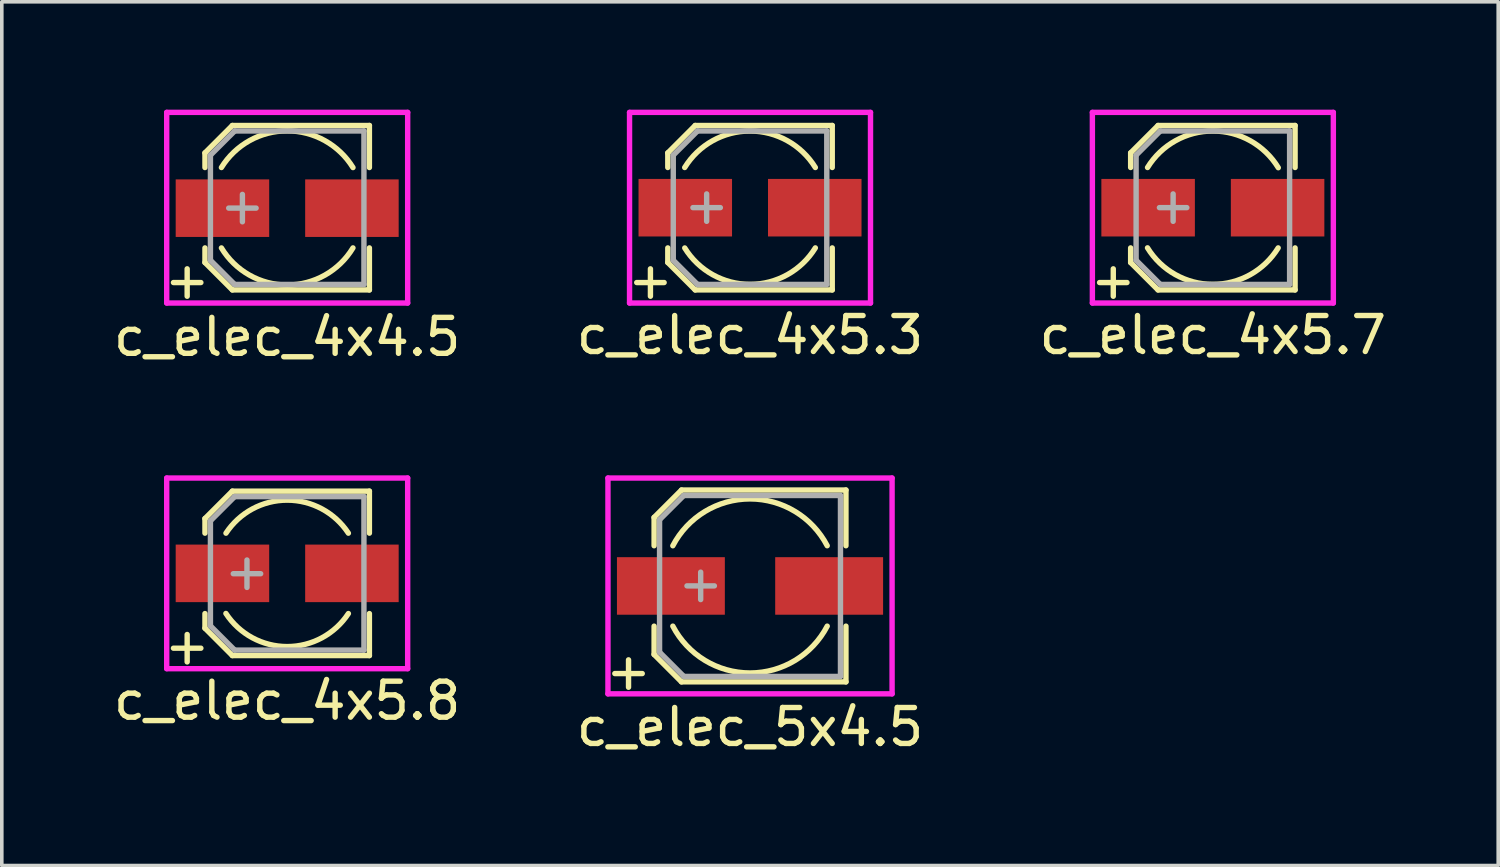
<source format=kicad_pcb>
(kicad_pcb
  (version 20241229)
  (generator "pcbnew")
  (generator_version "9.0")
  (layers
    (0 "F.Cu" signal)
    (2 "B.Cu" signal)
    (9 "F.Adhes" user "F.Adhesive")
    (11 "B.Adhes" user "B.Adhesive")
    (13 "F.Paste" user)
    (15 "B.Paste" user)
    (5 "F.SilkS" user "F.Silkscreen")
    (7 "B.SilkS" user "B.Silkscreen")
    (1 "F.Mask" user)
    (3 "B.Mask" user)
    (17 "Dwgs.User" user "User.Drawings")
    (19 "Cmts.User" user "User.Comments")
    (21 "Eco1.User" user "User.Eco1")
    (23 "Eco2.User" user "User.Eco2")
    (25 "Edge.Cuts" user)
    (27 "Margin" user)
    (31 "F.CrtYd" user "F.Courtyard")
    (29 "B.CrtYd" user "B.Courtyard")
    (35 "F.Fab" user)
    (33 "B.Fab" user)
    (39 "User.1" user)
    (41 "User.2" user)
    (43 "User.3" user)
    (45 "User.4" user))
  (footprint "c_elec_5x4.5"
    (layer "F.Cu")
    (at 17.804 13.242)
    (property "Reference" "c_elec_5x4.5" (at 0 3.924 0) (layer "F.SilkS") (effects (font (size 1 1) (thickness 0.15))))
    (attr smd)
    (fp_line (start -2.667 -1.905) (end -2.667 -1.118) (stroke (width 0.15) (type solid)) (layer "F.SilkS"))
    (fp_line (start -2.667 1.905) (end -2.667 1.118) (stroke (width 0.15) (type solid)) (layer "F.SilkS"))
    (fp_line (start -2.667 1.905) (end -1.905 2.667) (stroke (width 0.15) (type solid)) (layer "F.SilkS"))
    (fp_line (start -1.905 -2.667) (end -2.667 -1.905) (stroke (width 0.15) (type solid)) (layer "F.SilkS"))
    (fp_line (start -1.905 2.667) (end 2.667 2.667) (stroke (width 0.15) (type solid)) (layer "F.SilkS"))
    (fp_line (start 2.667 -2.667) (end -1.905 -2.667) (stroke (width 0.15) (type solid)) (layer "F.SilkS"))
    (fp_line (start 2.667 -2.667) (end 2.667 -1.118) (stroke (width 0.15) (type solid)) (layer "F.SilkS"))
    (fp_line (start 2.667 2.667) (end 2.667 1.118) (stroke (width 0.15) (type solid)) (layer "F.SilkS"))
    (fp_arc (start -2.1463 -1.1176) (mid -0.000477 -2.419842) (end 2.145859 -1.118447) (stroke (width 0.15) (type solid)) (layer "F.SilkS"))
    (fp_arc (start 2.1463 1.1176) (mid 0 2.419842) (end -2.1463 1.1176) (stroke (width 0.15) (type solid)) (layer "F.SilkS"))
    (fp_line (start -3.95 -3) (end -3.95 3) (stroke (width 0.15) (type solid)) (layer "F.CrtYd"))
    (fp_line (start -3.95 3) (end 3.95 3) (stroke (width 0.15) (type solid)) (layer "F.CrtYd"))
    (fp_line (start 3.95 -3) (end -3.95 -3) (stroke (width 0.15) (type solid)) (layer "F.CrtYd"))
    (fp_line (start 3.95 3) (end 3.95 -3) (stroke (width 0.15) (type solid)) (layer "F.CrtYd"))
    (fp_line (start -2.515 -1.841) (end -2.515 1.841) (stroke (width 0.15) (type solid)) (layer "F.Fab"))
    (fp_line (start -2.515 1.841) (end -1.841 2.515) (stroke (width 0.15) (type solid)) (layer "F.Fab"))
    (fp_line (start -1.841 -2.515) (end -2.515 -1.841) (stroke (width 0.15) (type solid)) (layer "F.Fab"))
    (fp_line (start -1.841 2.515) (end 2.515 2.515) (stroke (width 0.15) (type solid)) (layer "F.Fab"))
    (fp_line (start 2.515 -2.515) (end -1.841 -2.515) (stroke (width 0.15) (type solid)) (layer "F.Fab"))
    (fp_line (start 2.515 2.515) (end 2.515 -2.515) (stroke (width 0.15) (type solid)) (layer "F.Fab"))
    (fp_text user "+" (at -3.378 2.362 0) (layer "F.SilkS") (effects (font (size 1 1) (thickness 0.15))))
    (fp_text user "+" (at -1.372 -0.076 0) (layer "F.Fab") (effects (font (size 1 1) (thickness 0.15))))
    (pad "1" smd rect (at -2.2 0 180) (size 3 1.6) (layers "F.Cu" "F.Mask" "F.Paste"))
    (pad "2" smd rect (at 2.2 0 180) (size 3 1.6) (layers "F.Cu" "F.Mask" "F.Paste")))
  (footprint "c_elec_4x5.8"
    (layer "F.Cu")
    (at 4.935 12.892)
    (property "Reference" "c_elec_4x5.8" (at 0 3.543 0) (layer "F.SilkS") (effects (font (size 1 1) (thickness 0.15))))
    (attr smd)
    (fp_line (start -2.286 -1.524) (end -2.286 -1.118) (stroke (width 0.15) (type solid)) (layer "F.SilkS"))
    (fp_line (start -2.286 1.524) (end -2.286 1.118) (stroke (width 0.15) (type solid)) (layer "F.SilkS"))
    (fp_line (start -1.524 -2.286) (end -2.286 -1.524) (stroke (width 0.15) (type solid)) (layer "F.SilkS"))
    (fp_line (start -1.524 -2.286) (end 2.286 -2.286) (stroke (width 0.15) (type solid)) (layer "F.SilkS"))
    (fp_line (start -1.524 2.286) (end -2.286 1.524) (stroke (width 0.15) (type solid)) (layer "F.SilkS"))
    (fp_line (start -1.524 2.286) (end 2.286 2.286) (stroke (width 0.15) (type solid)) (layer "F.SilkS"))
    (fp_line (start 2.286 -2.286) (end 2.286 -1.118) (stroke (width 0.15) (type solid)) (layer "F.SilkS"))
    (fp_line (start 2.286 2.286) (end 2.286 1.118) (stroke (width 0.15) (type solid)) (layer "F.SilkS"))
    (fp_arc (start -1.7018 -1.1176) (mid 0 -2.035965) (end 1.7018 -1.1176) (stroke (width 0.15) (type solid)) (layer "F.SilkS"))
    (fp_arc (start 1.7018 1.1176) (mid -0.001641 2.035964) (end -1.703599 1.114855) (stroke (width 0.15) (type solid)) (layer "F.SilkS"))
    (fp_line (start -3.35 -2.65) (end -3.35 2.65) (stroke (width 0.15) (type solid)) (layer "F.CrtYd"))
    (fp_line (start -3.35 2.65) (end 3.35 2.65) (stroke (width 0.15) (type solid)) (layer "F.CrtYd"))
    (fp_line (start 3.35 -2.65) (end -3.35 -2.65) (stroke (width 0.15) (type solid)) (layer "F.CrtYd"))
    (fp_line (start 3.35 2.65) (end 3.35 -2.65) (stroke (width 0.15) (type solid)) (layer "F.CrtYd"))
    (fp_line (start -2.134 -1.46) (end -2.134 1.46) (stroke (width 0.15) (type solid)) (layer "F.Fab"))
    (fp_line (start -2.134 1.46) (end -1.46 2.134) (stroke (width 0.15) (type solid)) (layer "F.Fab"))
    (fp_line (start -1.46 -2.134) (end -2.134 -1.46) (stroke (width 0.15) (type solid)) (layer "F.Fab"))
    (fp_line (start -1.46 2.134) (end 2.134 2.134) (stroke (width 0.15) (type solid)) (layer "F.Fab"))
    (fp_line (start 2.134 -2.134) (end -1.46 -2.134) (stroke (width 0.15) (type solid)) (layer "F.Fab"))
    (fp_line (start 2.134 2.134) (end 2.134 -2.134) (stroke (width 0.15) (type solid)) (layer "F.Fab"))
    (fp_text user "+" (at -2.781 2.007 0) (layer "F.SilkS") (effects (font (size 1 1) (thickness 0.15))))
    (fp_text user "+" (at -1.118 -0.064 0) (layer "F.Fab") (effects (font (size 1 1) (thickness 0.15))))
    (pad "1" smd rect (at -1.8 0 180) (size 2.6 1.6) (layers "F.Cu" "F.Mask" "F.Paste"))
    (pad "2" smd rect (at 1.8 0 180) (size 2.6 1.6) (layers "F.Cu" "F.Mask" "F.Paste")))
  (footprint "c_elec_4x5.7"
    (layer "F.Cu")
    (at 30.673 2.725)
    (property "Reference" "c_elec_4x5.7" (at 0 3.543 0) (layer "F.SilkS") (effects (font (size 1 1) (thickness 0.15))))
    (attr smd)
    (fp_line (start -2.286 -1.524) (end -2.286 -1.118) (stroke (width 0.15) (type solid)) (layer "F.SilkS"))
    (fp_line (start -2.286 1.524) (end -2.286 1.118) (stroke (width 0.15) (type solid)) (layer "F.SilkS"))
    (fp_line (start -1.524 -2.286) (end -2.286 -1.524) (stroke (width 0.15) (type solid)) (layer "F.SilkS"))
    (fp_line (start -1.524 -2.286) (end 2.286 -2.286) (stroke (width 0.15) (type solid)) (layer "F.SilkS"))
    (fp_line (start -1.524 2.286) (end -2.286 1.524) (stroke (width 0.15) (type solid)) (layer "F.SilkS"))
    (fp_line (start -1.524 2.286) (end 2.286 2.286) (stroke (width 0.15) (type solid)) (layer "F.SilkS"))
    (fp_line (start 2.286 -2.286) (end 2.286 -1.118) (stroke (width 0.15) (type solid)) (layer "F.SilkS"))
    (fp_line (start 2.286 2.286) (end 2.286 1.118) (stroke (width 0.15) (type solid)) (layer "F.SilkS"))
    (fp_arc (start -1.8161 -1.1176) (mid 0.003311 -2.132425) (end 1.819562 -1.111955) (stroke (width 0.15) (type solid)) (layer "F.SilkS"))
    (fp_arc (start 1.8161 1.1176) (mid -0.000851 2.132428) (end -1.816991 1.116151) (stroke (width 0.15) (type solid)) (layer "F.SilkS"))
    (fp_line (start -3.35 -2.65) (end -3.35 2.65) (stroke (width 0.15) (type solid)) (layer "F.CrtYd"))
    (fp_line (start -3.35 2.65) (end 3.35 2.65) (stroke (width 0.15) (type solid)) (layer "F.CrtYd"))
    (fp_line (start 3.35 -2.65) (end -3.35 -2.65) (stroke (width 0.15) (type solid)) (layer "F.CrtYd"))
    (fp_line (start 3.35 2.65) (end 3.35 -2.65) (stroke (width 0.15) (type solid)) (layer "F.CrtYd"))
    (fp_line (start -2.134 -1.46) (end -2.134 1.46) (stroke (width 0.15) (type solid)) (layer "F.Fab"))
    (fp_line (start -2.134 1.46) (end -1.46 2.134) (stroke (width 0.15) (type solid)) (layer "F.Fab"))
    (fp_line (start -1.46 -2.134) (end -2.134 -1.46) (stroke (width 0.15) (type solid)) (layer "F.Fab"))
    (fp_line (start -1.46 2.134) (end 2.134 2.134) (stroke (width 0.15) (type solid)) (layer "F.Fab"))
    (fp_line (start 2.134 -2.134) (end -1.46 -2.134) (stroke (width 0.15) (type solid)) (layer "F.Fab"))
    (fp_line (start 2.134 2.134) (end 2.134 -2.134) (stroke (width 0.15) (type solid)) (layer "F.Fab"))
    (fp_text user "+" (at -2.769 2.007 0) (layer "F.SilkS") (effects (font (size 1 1) (thickness 0.15))))
    (fp_text user "+" (at -1.105 -0.076 0) (layer "F.Fab") (effects (font (size 1 1) (thickness 0.15))))
    (pad "1" smd rect (at -1.8 0 180) (size 2.6 1.6) (layers "F.Cu" "F.Mask" "F.Paste"))
    (pad "2" smd rect (at 1.8 0 180) (size 2.6 1.6) (layers "F.Cu" "F.Mask" "F.Paste")))
  (footprint "c_elec_4x4.5"
    (layer "F.Cu")
    (at 4.935 2.738)
    (property "Reference" "c_elec_4x4.5" (at 0 3.581 180) (layer "F.SilkS") (effects (font (size 1 1) (thickness 0.15))))
    (attr smd)
    (fp_line (start -2.286 -1.537) (end -2.286 -1.13) (stroke (width 0.15) (type solid)) (layer "F.SilkS"))
    (fp_line (start -2.286 1.511) (end -2.286 1.105) (stroke (width 0.15) (type solid)) (layer "F.SilkS"))
    (fp_line (start -1.524 -2.299) (end -2.286 -1.537) (stroke (width 0.15) (type solid)) (layer "F.SilkS"))
    (fp_line (start -1.524 -2.299) (end 2.286 -2.299) (stroke (width 0.15) (type solid)) (layer "F.SilkS"))
    (fp_line (start -1.524 2.273) (end -2.286 1.511) (stroke (width 0.15) (type solid)) (layer "F.SilkS"))
    (fp_line (start -1.524 2.273) (end 2.286 2.273) (stroke (width 0.15) (type solid)) (layer "F.SilkS"))
    (fp_line (start 2.286 -2.299) (end 2.286 -1.13) (stroke (width 0.15) (type solid)) (layer "F.SilkS"))
    (fp_line (start 2.286 2.273) (end 2.286 1.105) (stroke (width 0.15) (type solid)) (layer "F.SilkS"))
    (fp_arc (start -1.8288 -1.1303) (mid 0.000689 -2.149904) (end 1.829524 -1.129127) (stroke (width 0.15) (type solid)) (layer "F.SilkS"))
    (fp_arc (start 1.8288 1.1049) (mid 0.000411 2.136659) (end -1.828375 1.105604) (stroke (width 0.15) (type solid)) (layer "F.SilkS"))
    (fp_line (start -3.35 -2.663) (end -3.35 2.637) (stroke (width 0.15) (type solid)) (layer "F.CrtYd"))
    (fp_line (start -3.35 2.637) (end 3.35 2.637) (stroke (width 0.15) (type solid)) (layer "F.CrtYd"))
    (fp_line (start 3.35 -2.663) (end -3.35 -2.663) (stroke (width 0.15) (type solid)) (layer "F.CrtYd"))
    (fp_line (start 3.35 2.637) (end 3.35 -2.663) (stroke (width 0.15) (type solid)) (layer "F.CrtYd"))
    (fp_line (start -2.134 -1.473) (end -2.134 1.448) (stroke (width 0.15) (type solid)) (layer "F.Fab"))
    (fp_line (start -2.134 1.448) (end -1.46 2.121) (stroke (width 0.15) (type solid)) (layer "F.Fab"))
    (fp_line (start -1.46 -2.146) (end -2.134 -1.473) (stroke (width 0.15) (type solid)) (layer "F.Fab"))
    (fp_line (start -1.46 2.121) (end 2.134 2.121) (stroke (width 0.15) (type solid)) (layer "F.Fab"))
    (fp_line (start 2.134 -2.146) (end -1.46 -2.146) (stroke (width 0.15) (type solid)) (layer "F.Fab"))
    (fp_line (start 2.134 2.121) (end 2.134 -2.146) (stroke (width 0.15) (type solid)) (layer "F.Fab"))
    (fp_text user "+" (at -2.781 1.994 180) (layer "F.SilkS") (effects (font (size 1 1) (thickness 0.15))))
    (fp_text user "+" (at -1.245 -0.076 0) (layer "F.Fab") (effects (font (size 1 1) (thickness 0.15))))
    (pad "1" smd rect (at -1.8 0 180) (size 2.6 1.6) (layers "F.Cu" "F.Mask" "F.Paste"))
    (pad "2" smd rect (at 1.8 0 180) (size 2.6 1.6) (layers "F.Cu" "F.Mask" "F.Paste")))
  (footprint "c_elec_4x5.3"
    (layer "F.Cu")
    (at 17.804 2.725)
    (property "Reference" "c_elec_4x5.3" (at 0 3.543 0) (layer "F.SilkS") (effects (font (size 1 1) (thickness 0.15))))
    (attr smd)
    (fp_line (start -2.286 -1.524) (end -2.286 -1.118) (stroke (width 0.15) (type solid)) (layer "F.SilkS"))
    (fp_line (start -2.286 1.524) (end -2.286 1.118) (stroke (width 0.15) (type solid)) (layer "F.SilkS"))
    (fp_line (start -1.524 -2.286) (end -2.286 -1.524) (stroke (width 0.15) (type solid)) (layer "F.SilkS"))
    (fp_line (start -1.524 -2.286) (end 2.286 -2.286) (stroke (width 0.15) (type solid)) (layer "F.SilkS"))
    (fp_line (start -1.524 2.286) (end -2.286 1.524) (stroke (width 0.15) (type solid)) (layer "F.SilkS"))
    (fp_line (start -1.524 2.286) (end 2.286 2.286) (stroke (width 0.15) (type solid)) (layer "F.SilkS"))
    (fp_line (start 2.286 -2.286) (end 2.286 -1.118) (stroke (width 0.15) (type solid)) (layer "F.SilkS"))
    (fp_line (start 2.286 2.286) (end 2.286 1.118) (stroke (width 0.15) (type solid)) (layer "F.SilkS"))
    (fp_arc (start -1.8161 -1.1176) (mid 0 -2.132428) (end 1.8161 -1.1176) (stroke (width 0.15) (type solid)) (layer "F.SilkS"))
    (fp_arc (start 1.8161 1.1176) (mid 0.001265 2.132428) (end -1.814773 1.119754) (stroke (width 0.15) (type solid)) (layer "F.SilkS"))
    (fp_line (start -3.35 -2.65) (end -3.35 2.65) (stroke (width 0.15) (type solid)) (layer "F.CrtYd"))
    (fp_line (start -3.35 2.65) (end 3.35 2.65) (stroke (width 0.15) (type solid)) (layer "F.CrtYd"))
    (fp_line (start 3.35 -2.65) (end -3.35 -2.65) (stroke (width 0.15) (type solid)) (layer "F.CrtYd"))
    (fp_line (start 3.35 2.65) (end 3.35 -2.65) (stroke (width 0.15) (type solid)) (layer "F.CrtYd"))
    (fp_line (start -2.134 -1.46) (end -2.134 1.46) (stroke (width 0.15) (type solid)) (layer "F.Fab"))
    (fp_line (start -2.134 1.46) (end -1.46 2.134) (stroke (width 0.15) (type solid)) (layer "F.Fab"))
    (fp_line (start -1.46 -2.134) (end -2.134 -1.46) (stroke (width 0.15) (type solid)) (layer "F.Fab"))
    (fp_line (start -1.46 2.134) (end 2.134 2.134) (stroke (width 0.15) (type solid)) (layer "F.Fab"))
    (fp_line (start 2.134 -2.134) (end -1.46 -2.134) (stroke (width 0.15) (type solid)) (layer "F.Fab"))
    (fp_line (start 2.134 2.134) (end 2.134 -2.134) (stroke (width 0.15) (type solid)) (layer "F.Fab"))
    (fp_text user "+" (at -2.769 2.007 0) (layer "F.SilkS") (effects (font (size 1 1) (thickness 0.15))))
    (fp_text user "+" (at -1.206 -0.076 0) (layer "F.Fab") (effects (font (size 1 1) (thickness 0.15))))
    (pad "1" smd rect (at -1.8 0 180) (size 2.6 1.6) (layers "F.Cu" "F.Mask" "F.Paste"))
    (pad "2" smd rect (at 1.8 0 180) (size 2.6 1.6) (layers "F.Cu" "F.Mask" "F.Paste")))
  (gr_rect
    (start -3 -3)
    (end 38.607 21.015)
    (stroke (width 0.1) (type default))
    (fill no)
    (layer "Edge.Cuts")))
</source>
